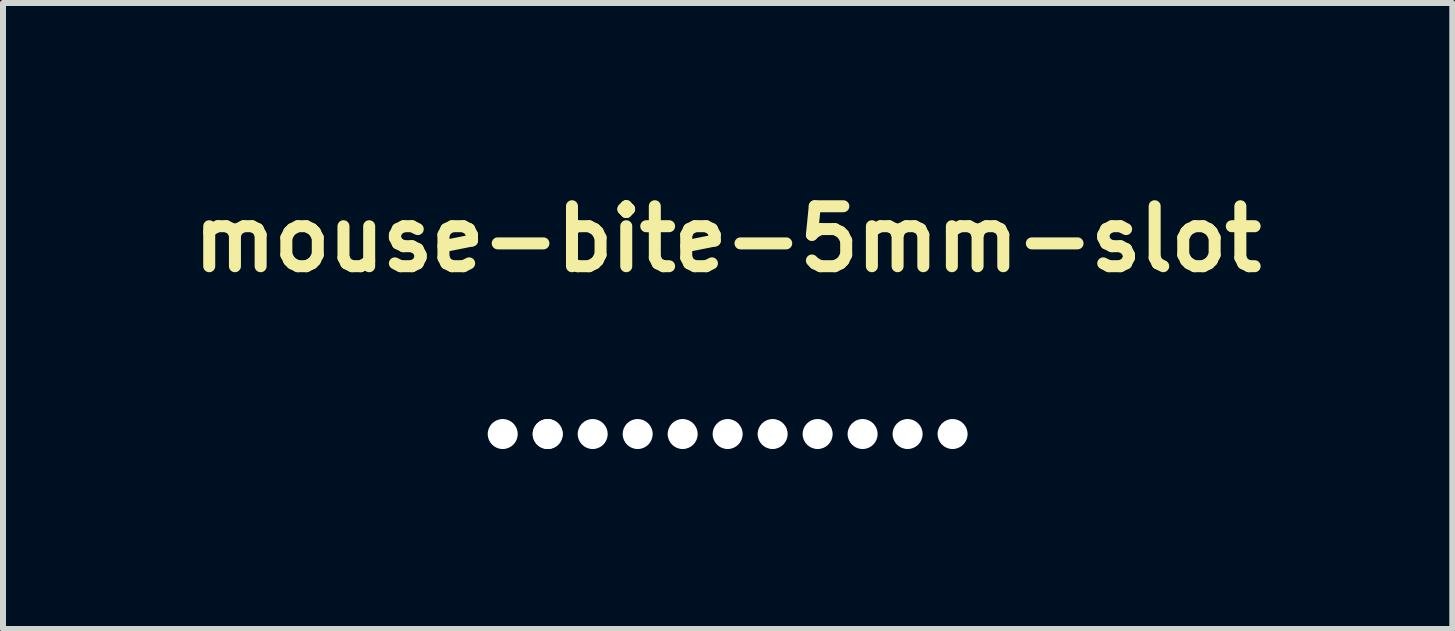
<source format=kicad_pcb>
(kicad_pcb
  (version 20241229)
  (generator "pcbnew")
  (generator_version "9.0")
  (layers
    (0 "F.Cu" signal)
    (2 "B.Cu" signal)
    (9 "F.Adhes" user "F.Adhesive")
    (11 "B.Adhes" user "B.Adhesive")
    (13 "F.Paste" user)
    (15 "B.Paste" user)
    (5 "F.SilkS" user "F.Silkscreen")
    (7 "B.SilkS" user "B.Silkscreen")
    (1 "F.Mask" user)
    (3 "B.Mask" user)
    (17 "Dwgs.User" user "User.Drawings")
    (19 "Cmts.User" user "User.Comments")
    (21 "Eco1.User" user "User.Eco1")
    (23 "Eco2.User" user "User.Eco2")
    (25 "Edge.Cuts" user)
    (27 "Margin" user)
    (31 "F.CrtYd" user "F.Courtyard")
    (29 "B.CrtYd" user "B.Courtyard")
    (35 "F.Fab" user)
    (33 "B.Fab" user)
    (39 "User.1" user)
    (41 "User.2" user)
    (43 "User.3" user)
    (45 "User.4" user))
  (footprint "mouse-bite-5mm-slot"
    (layer "F.Cu")
    (at 9.081 4.186)
    (property "Reference" "mouse-bite-5mm-slot" (at 0 -3.25 0) (layer "F.SilkS") (effects (font (size 1 1) (thickness 0.2))))
    (attr through_hole)
    (pad "" np_thru_hole circle (at -3.75 0) (size 0.5 0.5) (drill 0.5) (layers "*.Cu" "*.Mask"))
    (pad "" np_thru_hole circle (at -3 0) (size 0.5 0.5) (drill 0.5) (layers "*.Cu" "*.Mask"))
    (pad "" np_thru_hole circle (at -3 0) (size 0.5 0.5) (drill 0.5) (layers "*.Cu" "*.Mask"))
    (pad "" np_thru_hole circle (at -2.25 0) (size 0.5 0.5) (drill 0.5) (layers "*.Cu" "*.Mask"))
    (pad "" np_thru_hole circle (at -1.5 0) (size 0.5 0.5) (drill 0.5) (layers "*.Cu" "*.Mask"))
    (pad "" np_thru_hole circle (at -0.75 0) (size 0.5 0.5) (drill 0.5) (layers "*.Cu" "*.Mask"))
    (pad "" np_thru_hole circle (at 0 0) (size 0.5 0.5) (drill 0.5) (layers "*.Cu" "*.Mask"))
    (pad "" np_thru_hole circle (at 0.75 0) (size 0.5 0.5) (drill 0.5) (layers "*.Cu" "*.Mask"))
    (pad "" np_thru_hole circle (at 1.5 0) (size 0.5 0.5) (drill 0.5) (layers "*.Cu" "*.Mask"))
    (pad "" np_thru_hole circle (at 2.25 0) (size 0.5 0.5) (drill 0.5) (layers "*.Cu" "*.Mask"))
    (pad "" np_thru_hole circle (at 3 0) (size 0.5 0.5) (drill 0.5) (layers "*.Cu" "*.Mask"))
    (pad "" np_thru_hole circle (at 3.75 0) (size 0.5 0.5) (drill 0.5) (layers "*.Cu" "*.Mask")))
  (gr_rect
    (start -3 -3)
    (end 21.162 7.436)
    (stroke (width 0.1) (type default))
    (fill no)
    (layer "Edge.Cuts")))
</source>
